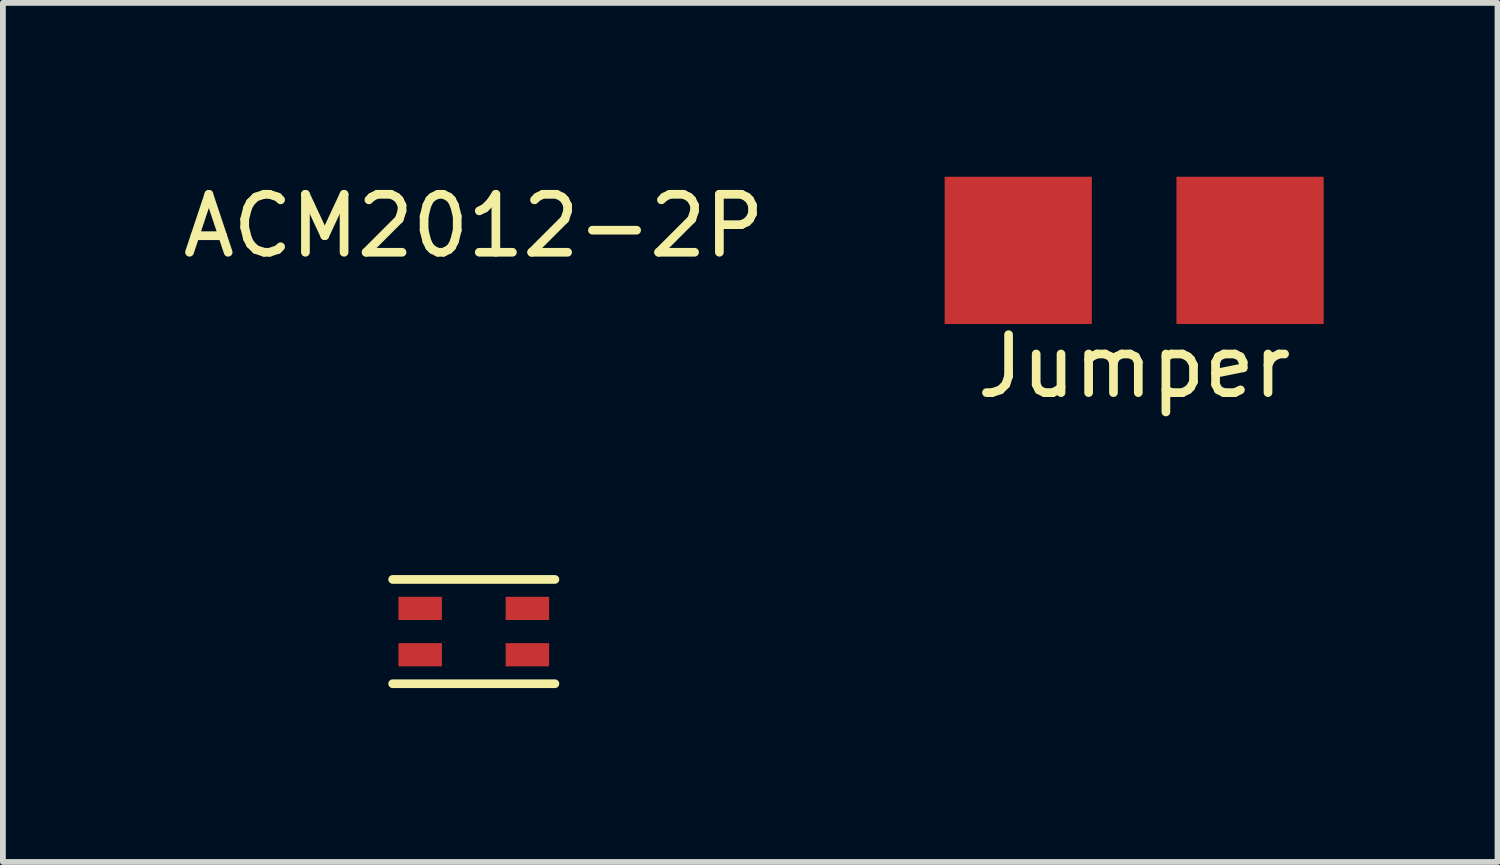
<source format=kicad_pcb>
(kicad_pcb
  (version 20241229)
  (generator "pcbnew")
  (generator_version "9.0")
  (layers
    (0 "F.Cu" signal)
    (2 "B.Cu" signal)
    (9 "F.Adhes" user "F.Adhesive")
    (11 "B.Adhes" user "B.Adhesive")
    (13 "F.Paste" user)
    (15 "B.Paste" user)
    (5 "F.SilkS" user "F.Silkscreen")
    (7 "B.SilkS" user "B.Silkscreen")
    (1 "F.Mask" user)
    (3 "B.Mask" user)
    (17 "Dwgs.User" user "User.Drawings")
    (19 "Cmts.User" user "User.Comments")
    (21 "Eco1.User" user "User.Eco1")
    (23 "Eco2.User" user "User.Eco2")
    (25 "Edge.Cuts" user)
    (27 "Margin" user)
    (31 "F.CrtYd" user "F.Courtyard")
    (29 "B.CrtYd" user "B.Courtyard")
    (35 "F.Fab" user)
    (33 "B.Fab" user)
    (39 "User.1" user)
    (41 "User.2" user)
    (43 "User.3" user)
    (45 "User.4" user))
  (footprint "ACM2012-2P"
    (layer "F.Cu")
    (at 5.125 7.848)
    (property "Reference" "ACM2012-2P" (at 0 -7 0) (layer "F.SilkS") (effects (font (size 1 1) (thickness 0.15))))
    (attr through_hole)
    (fp_line (start -1.4 -0.9) (end 1.4 -0.9) (stroke (width 0.15) (type solid)) (layer "F.SilkS"))
    (fp_line (start -1.4 0.9) (end 1.4 0.9) (stroke (width 0.15) (type solid)) (layer "F.SilkS"))
    (pad "1" smd rect (at -0.925 -0.4) (size 0.75 0.4) (layers "F.Cu" "F.Mask" "F.Paste"))
    (pad "2" smd rect (at -0.925 0.4) (size 0.75 0.4) (layers "F.Cu" "F.Mask" "F.Paste"))
    (pad "3" smd rect (at 0.925 0.4) (size 0.75 0.4) (layers "F.Cu" "F.Mask" "F.Paste"))
    (pad "4" smd rect (at 0.925 -0.4) (size 0.75 0.4) (layers "F.Cu" "F.Mask" "F.Paste")))
  (footprint "Jumper"
    (layer "F.Cu")
    (at 16.52 1.27)
    (property "Reference" "Jumper" (at 0 2 0) (layer "F.SilkS") (effects (font (size 1 1) (thickness 0.15))))
    (attr through_hole)
    (pad "1" smd rect (at -2 0) (size 2.54 2.54) (layers "F.Cu" "F.Mask"))
    (pad "2" smd rect (at 2 0) (size 2.54 2.54) (layers "F.Cu" "F.Mask")))
  (gr_rect
    (start -3 -3)
    (end 22.79 11.823)
    (stroke (width 0.1) (type default))
    (fill no)
    (layer "Edge.Cuts")))
</source>
